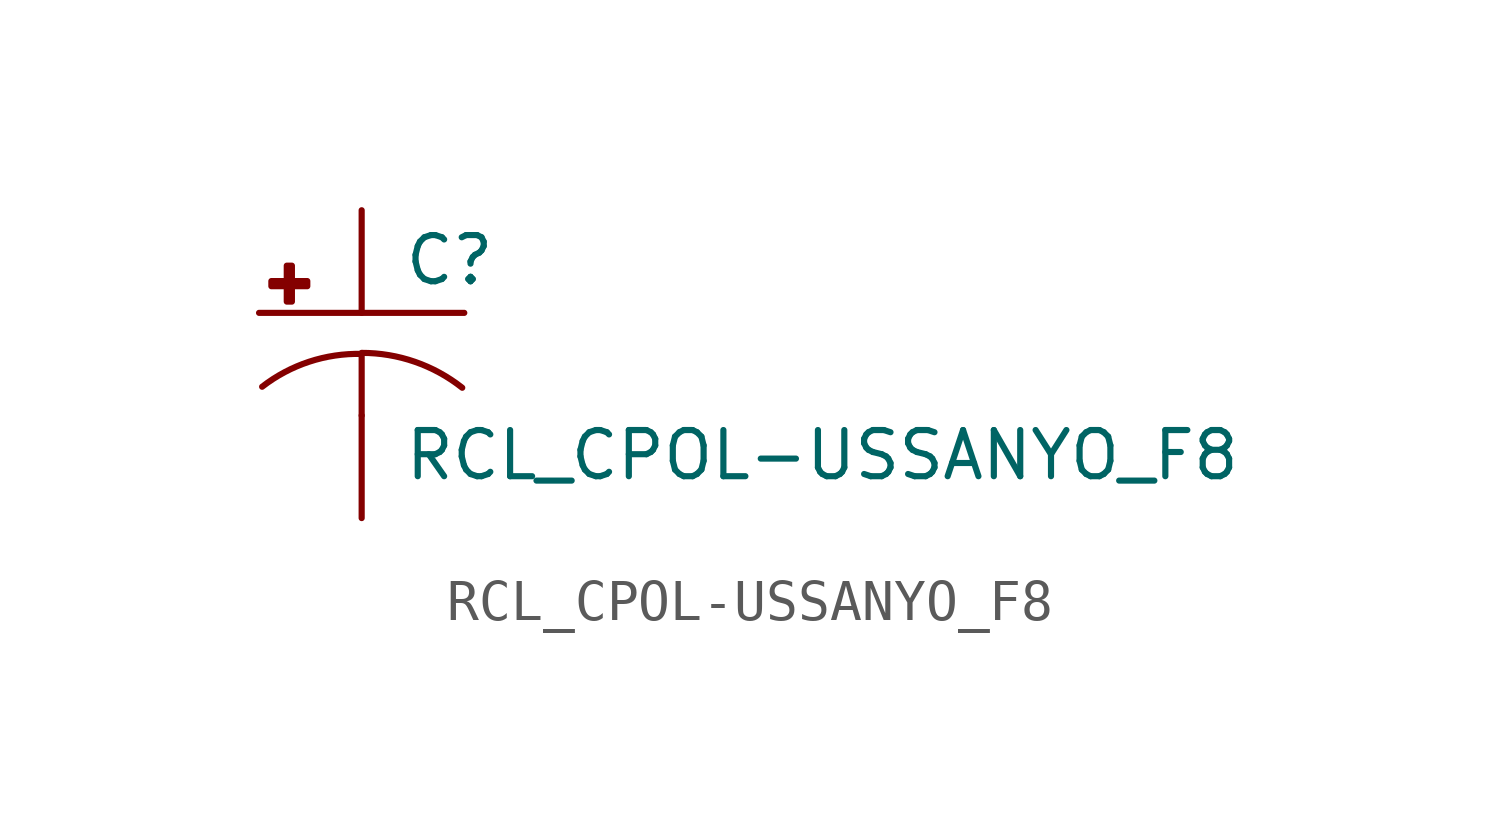
<source format=kicad_sym>
(kicad_symbol_lib
  (version 20210619)
  (generator kicad_symbol_editor)
  (symbol "RCL_CPOL-USSANYO_F8"
    (pin_numbers hide)
    (pin_names
      (offset 1.016) hide)
    (property "Reference" "C"
      (at 1.016 0.635 0)
      (effects (font (size 1.143 1.143)) (justify left bottom)))
    (property "Value" "RCL_CPOL-USSANYO_F8"
      (at 1.016 -4.191 0)
      (effects (font (size 1.143 1.143)) (justify left bottom)))
    (property "ki_locked" ""
      (at 0 0 0)
      (effects (font (size 1.27 1.27))))
    (symbol "RCL_CPOL-USSANYO_F8_1_0"
      (polyline (pts (xy -2.54 0) (xy 2.54 0)) (stroke (width 0)) (fill (type none)))
      (polyline (pts (xy 0 -1.016) (xy 0 -2.54)) (stroke (width 0)) (fill (type none)))
      (polyline (pts (xy 0 -1.016) (xy 0 -1.016)) (stroke (width 0)) (fill (type none))))
    (symbol "RCL_CPOL-USSANYO_F8_1_1"
      (arc (start 0 -1.016) (end -2.4638 -1.8288) (radius (at 0 -5.0546) (length 4.0386) (angles 90.1 127.3)) (stroke (width 0)) (fill (type none)))
      (arc (start 2.4892 -1.8542) (end 0 -0.9906) (radius (at 0 -5.0292) (length 4.0386) (angles 52.3 89.9)) (stroke (width 0)) (fill (type none)))
      (rectangle (start -2.235 0.66) (end -1.346 0.787) (stroke (width 0)) (fill (type outline)))
      (rectangle (start -1.854 0.279) (end -1.727 1.168) (stroke (width 0)) (fill (type outline)))
      (pin passive line (at 0 2.54 270) (length 2.54) (name "+" (effects (font (size 1.016 1.016)))) (number "+" (effects (font (size 1.016 1.016)))))
      (pin passive line (at 0 -5.08 90) (length 2.54) (name "-" (effects (font (size 1.016 1.016)))) (number "-" (effects (font (size 1.016 1.016))))))))
</source>
